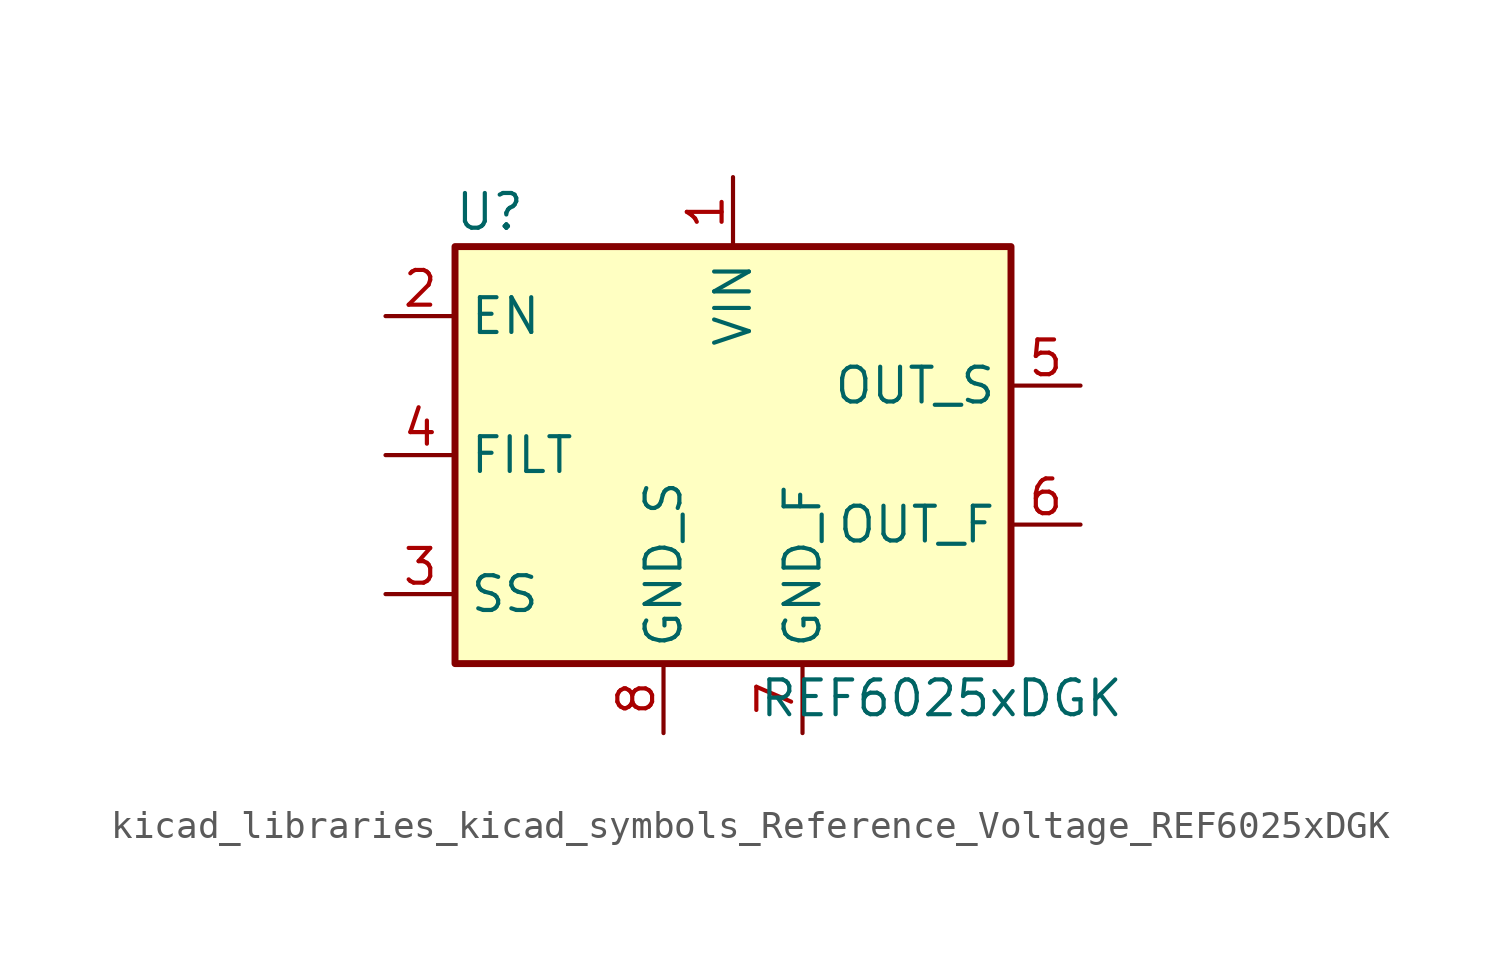
<source format=kicad_sym>
(kicad_symbol_lib
  (version 20220914)
  (generator kicad_symbol_editor)
  (symbol "kicad_libraries_kicad_symbols_Reference_Voltage_REF6025xDGK"
    (property "Reference" "U"
      (at -8.89 8.89 0)
      (effects (font (size 1.27 1.27))))
    (property "Value" "REF6025xDGK"
      (at 7.62 -8.89 0)
      (effects (font (size 1.27 1.27))))
    (symbol "kicad_libraries_kicad_symbols_Reference_Voltage_REF6025xDGK_0_1"
      (rectangle (start -10.16 7.62) (end 10.16 -7.62) (stroke (width 0.254) (type default)) (fill (type background))))
    (symbol "kicad_libraries_kicad_symbols_Reference_Voltage_REF6025xDGK_1_1"
      (pin power_in line (at 0 10.16 270) (length 2.54) (name "VIN" (effects (font (size 1.27 1.27)))) (number "1" (effects (font (size 1.27 1.27)))))
      (pin input line (at -12.7 5.08 0) (length 2.54) (name "EN" (effects (font (size 1.27 1.27)))) (number "2" (effects (font (size 1.27 1.27)))))
      (pin passive line (at -12.7 -5.08 0) (length 2.54) (name "SS" (effects (font (size 1.27 1.27)))) (number "3" (effects (font (size 1.27 1.27)))))
      (pin passive line (at -12.7 0 0) (length 2.54) (name "FILT" (effects (font (size 1.27 1.27)))) (number "4" (effects (font (size 1.27 1.27)))))
      (pin input line (at 12.7 2.54 180) (length 2.54) (name "OUT_S" (effects (font (size 1.27 1.27)))) (number "5" (effects (font (size 1.27 1.27)))))
      (pin output line (at 12.7 -2.54 180) (length 2.54) (name "OUT_F" (effects (font (size 1.27 1.27)))) (number "6" (effects (font (size 1.27 1.27)))))
      (pin power_in line (at 2.54 -10.16 90) (length 2.54) (name "GND_F" (effects (font (size 1.27 1.27)))) (number "7" (effects (font (size 1.27 1.27)))))
      (pin power_in line (at -2.54 -10.16 90) (length 2.54) (name "GND_S" (effects (font (size 1.27 1.27)))) (number "8" (effects (font (size 1.27 1.27))))))))
</source>
